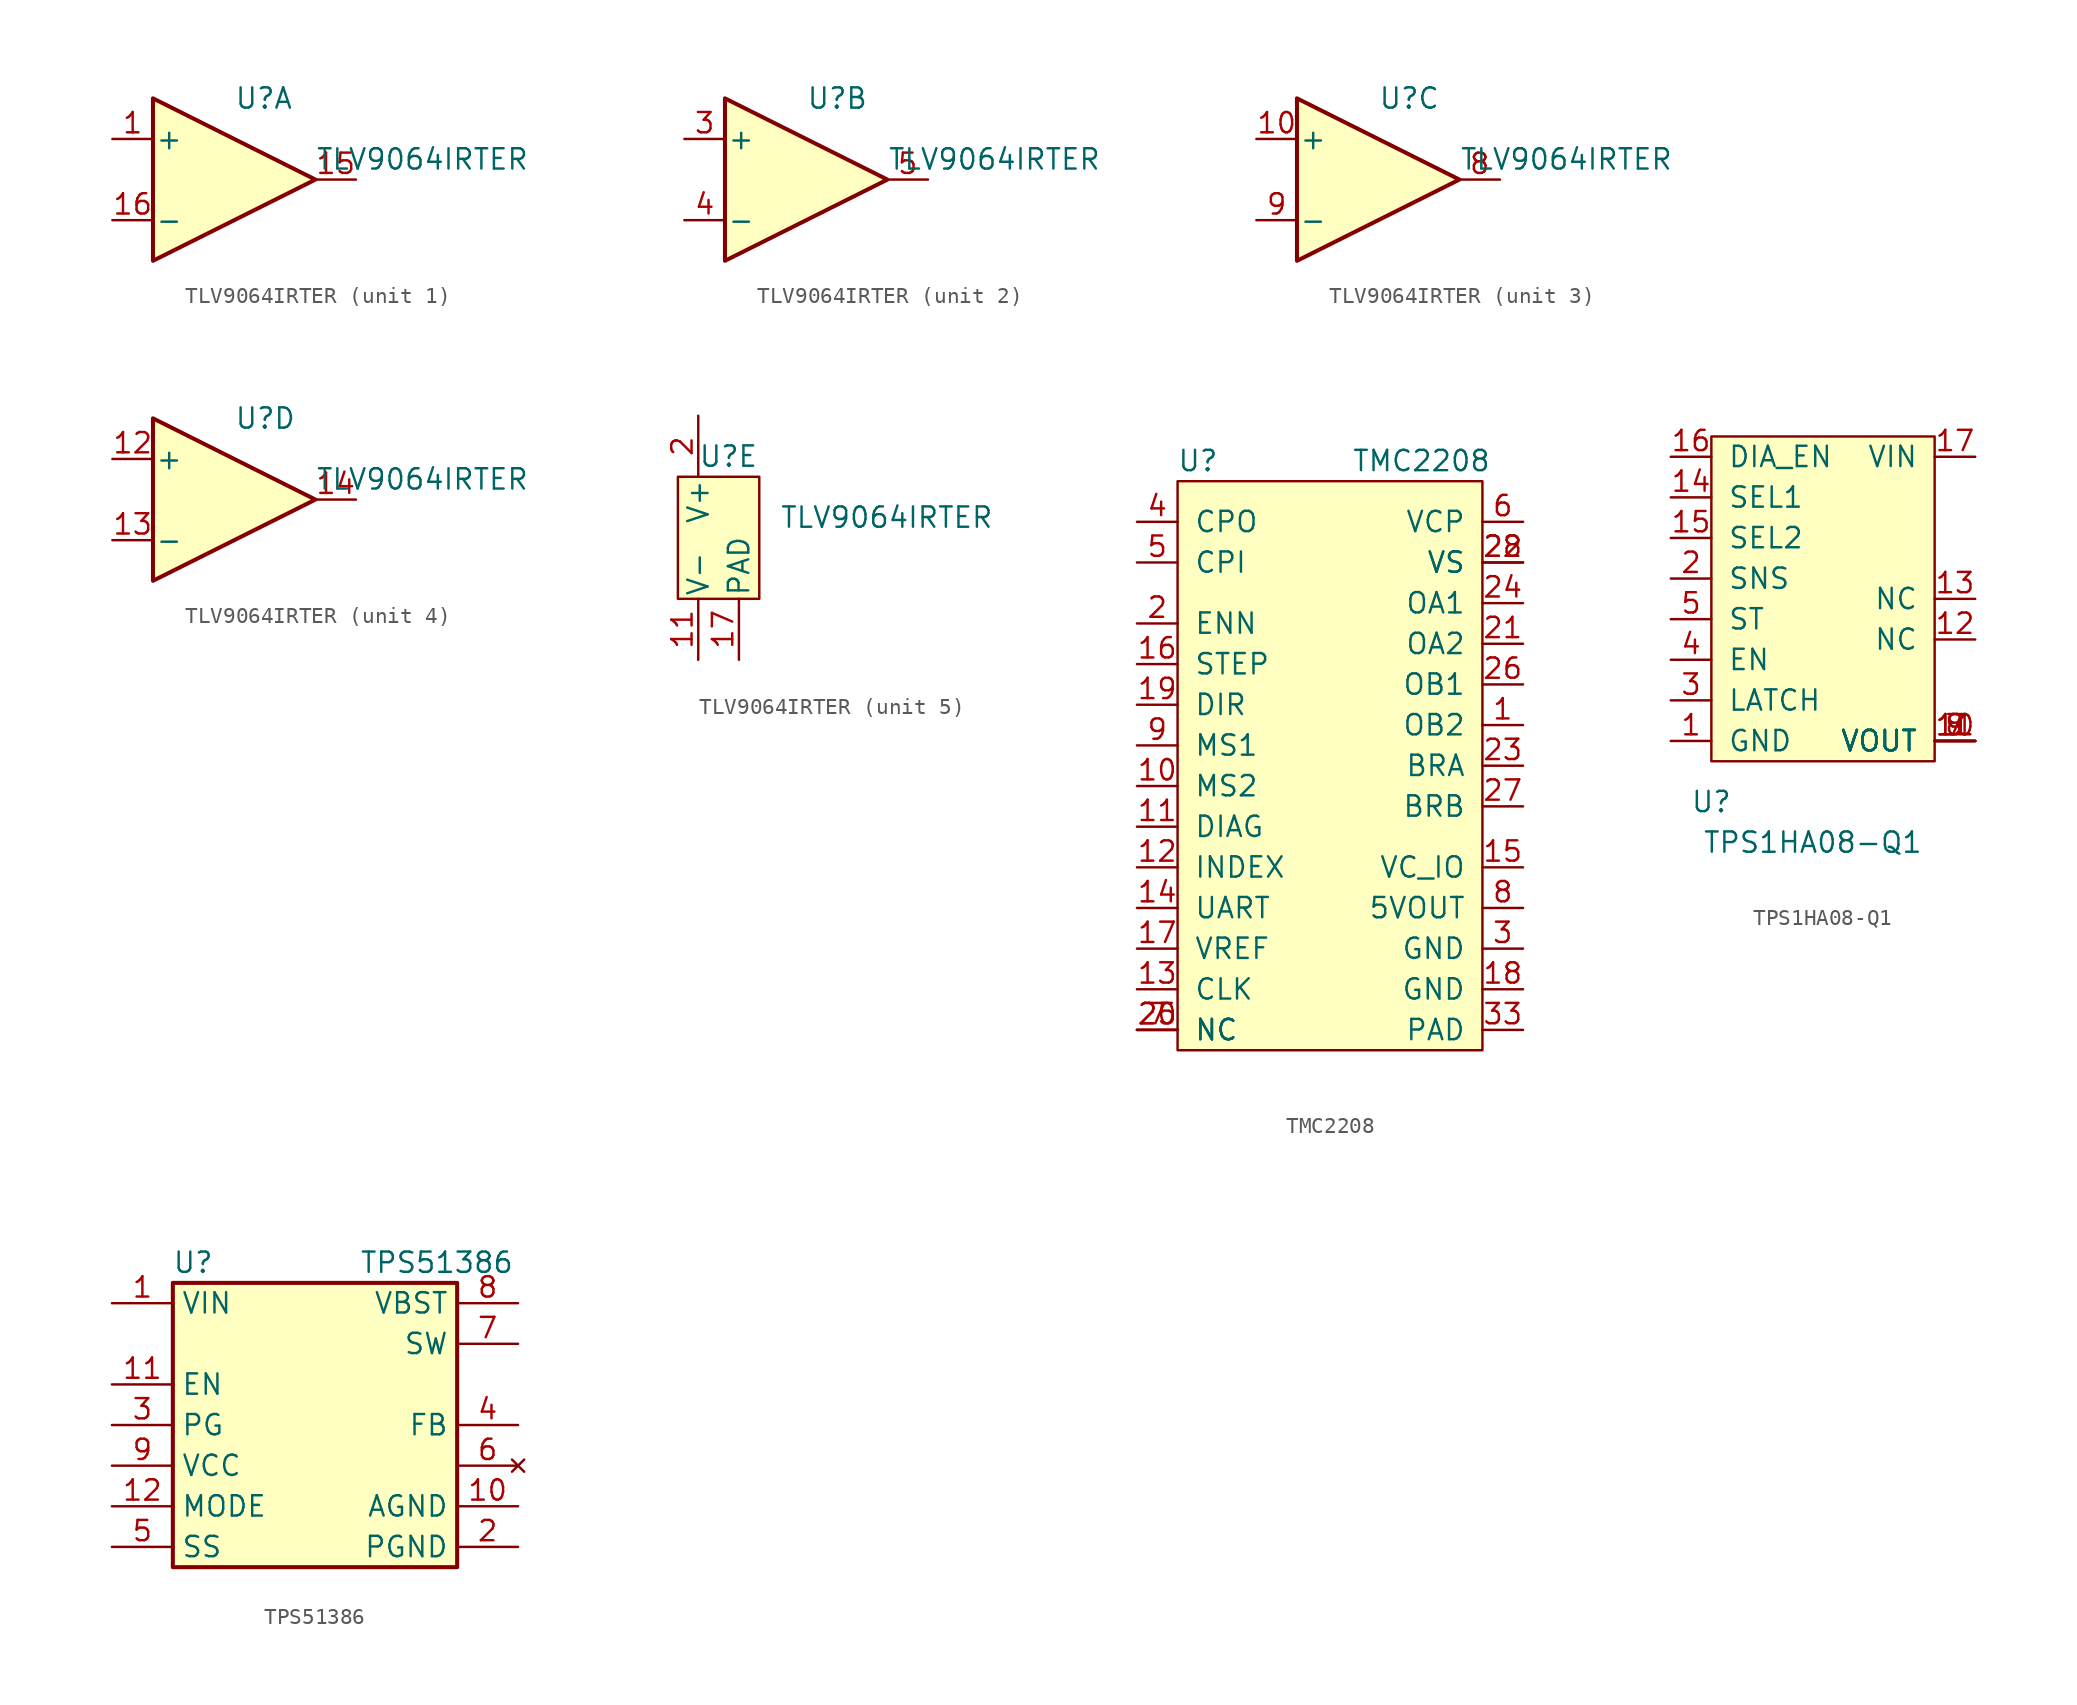
<source format=kicad_sym>
(kicad_symbol_lib
  (version 20220914)
  (generator kicad_symbol_editor)
  (symbol "TLV9064IRTER"
    (pin_names
      (offset 0.127))
    (property "Reference" "U"
      (at 0 5.08 0)
      (effects (font (size 1.27 1.27)) (justify left)))
    (property "Value" "TLV9064IRTER"
      (at 5.08 1.27 0)
      (effects (font (size 1.27 1.27)) (justify left)))
    (property "ki_locked" ""
      (at 0 0 0)
      (effects (font (size 1.27 1.27))))
    (symbol "TLV9064IRTER_1_1"
      (polyline (pts (xy -5.08 5.08) (xy 5.08 0) (xy -5.08 -5.08) (xy -5.08 5.08)) (stroke (width 0.254) (type solid)) (fill (type background)))
      (pin input line (at -7.62 2.54 0) (length 2.54) (name "+" (effects (font (size 1.27 1.27)))) (number "1" (effects (font (size 1.27 1.27)))))
      (pin output line (at 7.62 0 180) (length 2.54) (name "~" (effects (font (size 1.27 1.27)))) (number "15" (effects (font (size 1.27 1.27)))))
      (pin input line (at -7.62 -2.54 0) (length 2.54) (name "-" (effects (font (size 1.27 1.27)))) (number "16" (effects (font (size 1.27 1.27))))))
    (symbol "TLV9064IRTER_2_1"
      (polyline (pts (xy -5.08 5.08) (xy 5.08 0) (xy -5.08 -5.08) (xy -5.08 5.08)) (stroke (width 0.254) (type solid)) (fill (type background)))
      (pin input line (at -7.62 2.54 0) (length 2.54) (name "+" (effects (font (size 1.27 1.27)))) (number "3" (effects (font (size 1.27 1.27)))))
      (pin input line (at -7.62 -2.54 0) (length 2.54) (name "-" (effects (font (size 1.27 1.27)))) (number "4" (effects (font (size 1.27 1.27)))))
      (pin output line (at 7.62 0 180) (length 2.54) (name "~" (effects (font (size 1.27 1.27)))) (number "5" (effects (font (size 1.27 1.27))))))
    (symbol "TLV9064IRTER_3_1"
      (polyline (pts (xy -5.08 5.08) (xy 5.08 0) (xy -5.08 -5.08) (xy -5.08 5.08)) (stroke (width 0.254) (type solid)) (fill (type background)))
      (pin input line (at -7.62 2.54 0) (length 2.54) (name "+" (effects (font (size 1.27 1.27)))) (number "10" (effects (font (size 1.27 1.27)))))
      (pin output line (at 7.62 0 180) (length 2.54) (name "~" (effects (font (size 1.27 1.27)))) (number "8" (effects (font (size 1.27 1.27)))))
      (pin input line (at -7.62 -2.54 0) (length 2.54) (name "-" (effects (font (size 1.27 1.27)))) (number "9" (effects (font (size 1.27 1.27))))))
    (symbol "TLV9064IRTER_4_1"
      (polyline (pts (xy -5.08 5.08) (xy 5.08 0) (xy -5.08 -5.08) (xy -5.08 5.08)) (stroke (width 0.254) (type solid)) (fill (type background)))
      (pin input line (at -7.62 2.54 0) (length 2.54) (name "+" (effects (font (size 1.27 1.27)))) (number "12" (effects (font (size 1.27 1.27)))))
      (pin input line (at -7.62 -2.54 0) (length 2.54) (name "-" (effects (font (size 1.27 1.27)))) (number "13" (effects (font (size 1.27 1.27)))))
      (pin output line (at 7.62 0 180) (length 2.54) (name "~" (effects (font (size 1.27 1.27)))) (number "14" (effects (font (size 1.27 1.27))))))
    (symbol "TLV9064IRTER_5_1"
      (rectangle (start -1.27 -3.81) (end 3.81 3.81) (stroke (width 0) (type solid)) (fill (type background)))
      (pin power_in line (at 0 -7.62 90) (length 3.81) (name "V-" (effects (font (size 1.27 1.27)))) (number "11" (effects (font (size 1.27 1.27)))))
      (pin power_in line (at 2.54 -7.62 90) (length 3.81) (name "PAD" (effects (font (size 1.27 1.27)))) (number "17" (effects (font (size 1.27 1.27)))))
      (pin power_in line (at 0 7.62 270) (length 3.81) (name "V+" (effects (font (size 1.27 1.27)))) (number "2" (effects (font (size 1.27 1.27)))))))
  (symbol "TMC2208"
    (pin_names
      (offset 1.016))
    (property "Reference" "U"
      (at 1.27 36.83 0)
      (effects (font (size 1.27 1.27))))
    (property "Value" "TMC2208"
      (at 15.24 36.83 0)
      (effects (font (size 1.27 1.27))))
    (symbol "TMC2208_0_1"
      (rectangle (start 0 0) (end 19.05 35.56) (stroke (width 0) (type solid)) (fill (type background))))
    (symbol "TMC2208_1_1"
      (pin input line (at 21.59 20.32 180) (length 2.54) (name "OB2" (effects (font (size 1.27 1.27)))) (number "1" (effects (font (size 1.27 1.27)))))
      (pin input line (at -2.54 16.51 0) (length 2.54) (name "MS2" (effects (font (size 1.27 1.27)))) (number "10" (effects (font (size 1.27 1.27)))))
      (pin input line (at -2.54 13.97 0) (length 2.54) (name "DIAG" (effects (font (size 1.27 1.27)))) (number "11" (effects (font (size 1.27 1.27)))))
      (pin input line (at -2.54 11.43 0) (length 2.54) (name "INDEX" (effects (font (size 1.27 1.27)))) (number "12" (effects (font (size 1.27 1.27)))))
      (pin input line (at -2.54 3.81 0) (length 2.54) (name "CLK" (effects (font (size 1.27 1.27)))) (number "13" (effects (font (size 1.27 1.27)))))
      (pin input line (at -2.54 8.89 0) (length 2.54) (name "UART" (effects (font (size 1.27 1.27)))) (number "14" (effects (font (size 1.27 1.27)))))
      (pin input line (at 21.59 11.43 180) (length 2.54) (name "VC_IO" (effects (font (size 1.27 1.27)))) (number "15" (effects (font (size 1.27 1.27)))))
      (pin input line (at -2.54 24.13 0) (length 2.54) (name "STEP" (effects (font (size 1.27 1.27)))) (number "16" (effects (font (size 1.27 1.27)))))
      (pin input line (at -2.54 6.35 0) (length 2.54) (name "VREF" (effects (font (size 1.27 1.27)))) (number "17" (effects (font (size 1.27 1.27)))))
      (pin input line (at 21.59 3.81 180) (length 2.54) (name "GND" (effects (font (size 1.27 1.27)))) (number "18" (effects (font (size 1.27 1.27)))))
      (pin input line (at -2.54 21.59 0) (length 2.54) (name "DIR" (effects (font (size 1.27 1.27)))) (number "19" (effects (font (size 1.27 1.27)))))
      (pin input line (at -2.54 26.67 0) (length 2.54) (name "ENN" (effects (font (size 1.27 1.27)))) (number "2" (effects (font (size 1.27 1.27)))))
      (pin input line (at -2.54 1.27 0) (length 2.54) (name "NC" (effects (font (size 1.27 1.27)))) (number "20" (effects (font (size 1.27 1.27)))))
      (pin input line (at 21.59 25.4 180) (length 2.54) (name "OA2" (effects (font (size 1.27 1.27)))) (number "21" (effects (font (size 1.27 1.27)))))
      (pin input line (at 21.59 30.48 180) (length 2.54) (name "VS" (effects (font (size 1.27 1.27)))) (number "22" (effects (font (size 1.27 1.27)))))
      (pin input line (at 21.59 17.78 180) (length 2.54) (name "BRA" (effects (font (size 1.27 1.27)))) (number "23" (effects (font (size 1.27 1.27)))))
      (pin input line (at 21.59 27.94 180) (length 2.54) (name "OA1" (effects (font (size 1.27 1.27)))) (number "24" (effects (font (size 1.27 1.27)))))
      (pin input line (at -2.54 1.27 0) (length 2.54) (name "NC" (effects (font (size 1.27 1.27)))) (number "25" (effects (font (size 1.27 1.27)))))
      (pin input line (at 21.59 22.86 180) (length 2.54) (name "OB1" (effects (font (size 1.27 1.27)))) (number "26" (effects (font (size 1.27 1.27)))))
      (pin input line (at 21.59 15.24 180) (length 2.54) (name "BRB" (effects (font (size 1.27 1.27)))) (number "27" (effects (font (size 1.27 1.27)))))
      (pin input line (at 21.59 30.48 180) (length 2.54) (name "VS" (effects (font (size 1.27 1.27)))) (number "28" (effects (font (size 1.27 1.27)))))
      (pin input line (at 21.59 6.35 180) (length 2.54) (name "GND" (effects (font (size 1.27 1.27)))) (number "3" (effects (font (size 1.27 1.27)))))
      (pin input line (at 21.59 1.27 180) (length 2.54) (name "PAD" (effects (font (size 1.27 1.27)))) (number "33" (effects (font (size 1.27 1.27)))))
      (pin input line (at -2.54 33.02 0) (length 2.54) (name "CPO" (effects (font (size 1.27 1.27)))) (number "4" (effects (font (size 1.27 1.27)))))
      (pin input line (at -2.54 30.48 0) (length 2.54) (name "CPI" (effects (font (size 1.27 1.27)))) (number "5" (effects (font (size 1.27 1.27)))))
      (pin input line (at 21.59 33.02 180) (length 2.54) (name "VCP" (effects (font (size 1.27 1.27)))) (number "6" (effects (font (size 1.27 1.27)))))
      (pin input line (at -2.54 1.27 0) (length 2.54) (name "NC" (effects (font (size 1.27 1.27)))) (number "7" (effects (font (size 1.27 1.27)))))
      (pin input line (at 21.59 8.89 180) (length 2.54) (name "5VOUT" (effects (font (size 1.27 1.27)))) (number "8" (effects (font (size 1.27 1.27)))))
      (pin input line (at -2.54 19.05 0) (length 2.54) (name "MS1" (effects (font (size 1.27 1.27)))) (number "9" (effects (font (size 1.27 1.27)))))))
  (symbol "TPS1HA08-Q1"
    (pin_names
      (offset 1.016))
    (property "Reference" "U"
      (at 0 -2.54 0)
      (effects (font (size 1.27 1.27))))
    (property "Value" "TPS1HA08-Q1"
      (at 6.35 -5.08 0)
      (effects (font (size 1.27 1.27))))
    (symbol "TPS1HA08-Q1_0_1"
      (rectangle (start 0 0) (end 13.97 20.32) (stroke (width 0) (type solid)) (fill (type background))))
    (symbol "TPS1HA08-Q1_1_1"
      (pin input line (at -2.54 1.27 0) (length 2.54) (name "GND" (effects (font (size 1.27 1.27)))) (number "1" (effects (font (size 1.27 1.27)))))
      (pin input line (at 16.51 1.27 180) (length 2.54) (name "VOUT" (effects (font (size 1.27 1.27)))) (number "10" (effects (font (size 1.27 1.27)))))
      (pin input line (at 16.51 1.27 180) (length 2.54) (name "VOUT" (effects (font (size 1.27 1.27)))) (number "11" (effects (font (size 1.27 1.27)))))
      (pin input line (at 16.51 7.62 180) (length 2.54) (name "NC" (effects (font (size 1.27 1.27)))) (number "12" (effects (font (size 1.27 1.27)))))
      (pin input line (at 16.51 10.16 180) (length 2.54) (name "NC" (effects (font (size 1.27 1.27)))) (number "13" (effects (font (size 1.27 1.27)))))
      (pin input line (at -2.54 16.51 0) (length 2.54) (name "SEL1" (effects (font (size 1.27 1.27)))) (number "14" (effects (font (size 1.27 1.27)))))
      (pin input line (at -2.54 13.97 0) (length 2.54) (name "SEL2" (effects (font (size 1.27 1.27)))) (number "15" (effects (font (size 1.27 1.27)))))
      (pin input line (at -2.54 19.05 0) (length 2.54) (name "DIA_EN" (effects (font (size 1.27 1.27)))) (number "16" (effects (font (size 1.27 1.27)))))
      (pin input line (at 16.51 19.05 180) (length 2.54) (name "VIN" (effects (font (size 1.27 1.27)))) (number "17" (effects (font (size 1.27 1.27)))))
      (pin input line (at -2.54 11.43 0) (length 2.54) (name "SNS" (effects (font (size 1.27 1.27)))) (number "2" (effects (font (size 1.27 1.27)))))
      (pin input line (at -2.54 3.81 0) (length 2.54) (name "LATCH" (effects (font (size 1.27 1.27)))) (number "3" (effects (font (size 1.27 1.27)))))
      (pin input line (at -2.54 6.35 0) (length 2.54) (name "EN" (effects (font (size 1.27 1.27)))) (number "4" (effects (font (size 1.27 1.27)))))
      (pin input line (at -2.54 8.89 0) (length 2.54) (name "ST" (effects (font (size 1.27 1.27)))) (number "5" (effects (font (size 1.27 1.27)))))
      (pin input line (at 16.51 1.27 180) (length 2.54) (name "VOUT" (effects (font (size 1.27 1.27)))) (number "7" (effects (font (size 1.27 1.27)))))
      (pin input line (at 16.51 1.27 180) (length 2.54) (name "VOUT" (effects (font (size 1.27 1.27)))) (number "8" (effects (font (size 1.27 1.27)))))
      (pin input line (at 16.51 1.27 180) (length 2.54) (name "VOUT" (effects (font (size 1.27 1.27)))) (number "9" (effects (font (size 1.27 1.27)))))))
  (symbol "TPS51386"
    (property "Reference" "U"
      (at -7.62 10.16 0)
      (effects (font (size 1.27 1.27))))
    (property "Value" "TPS51386"
      (at 7.62 10.16 0)
      (effects (font (size 1.27 1.27))))
    (symbol "TPS51386_0_1"
      (rectangle (start -8.89 -8.89) (end 8.89 8.89) (stroke (width 0.254) (type default)) (fill (type background)))
      (pin power_in line (at -12.7 7.62 0) (length 3.81) (name "VIN" (effects (font (size 1.27 1.27)))) (number "1" (effects (font (size 1.27 1.27)))))
      (pin power_in line (at 12.7 -5.08 180) (length 3.81) (name "AGND" (effects (font (size 1.27 1.27)))) (number "10" (effects (font (size 1.27 1.27)))))
      (pin power_in line (at 12.7 -7.62 180) (length 3.81) (name "PGND" (effects (font (size 1.27 1.27)))) (number "2" (effects (font (size 1.27 1.27)))))
      (pin output line (at -12.7 0 0) (length 3.81) (name "PG" (effects (font (size 1.27 1.27)))) (number "3" (effects (font (size 1.27 1.27)))))
      (pin no_connect line (at 12.7 -2.54 180) (length 3.81) (name "" (effects (font (size 1.27 1.27)))) (number "6" (effects (font (size 1.27 1.27)))))
      (pin power_in line (at 12.7 5.08 180) (length 3.81) (name "SW" (effects (font (size 1.27 1.27)))) (number "7" (effects (font (size 1.27 1.27))))))
    (symbol "TPS51386_1_0"
      (pin input line (at -12.7 -5.08 0) (length 3.81) (name "MODE" (effects (font (size 1.27 1.27)))) (number "12" (effects (font (size 1.27 1.27))))))
    (symbol "TPS51386_1_1"
      (pin input line (at -12.7 2.54 0) (length 3.81) (name "EN" (effects (font (size 1.27 1.27)))) (number "11" (effects (font (size 1.27 1.27)))))
      (pin input line (at 12.7 0 180) (length 3.81) (name "FB" (effects (font (size 1.27 1.27)))) (number "4" (effects (font (size 1.27 1.27)))))
      (pin input line (at -12.7 -7.62 0) (length 3.81) (name "SS" (effects (font (size 1.27 1.27)))) (number "5" (effects (font (size 1.27 1.27)))))
      (pin power_in line (at 12.7 7.62 180) (length 3.81) (name "VBST" (effects (font (size 1.27 1.27)))) (number "8" (effects (font (size 1.27 1.27)))))
      (pin output line (at -12.7 -2.54 0) (length 3.81) (name "VCC" (effects (font (size 1.27 1.27)))) (number "9" (effects (font (size 1.27 1.27))))))))
</source>
